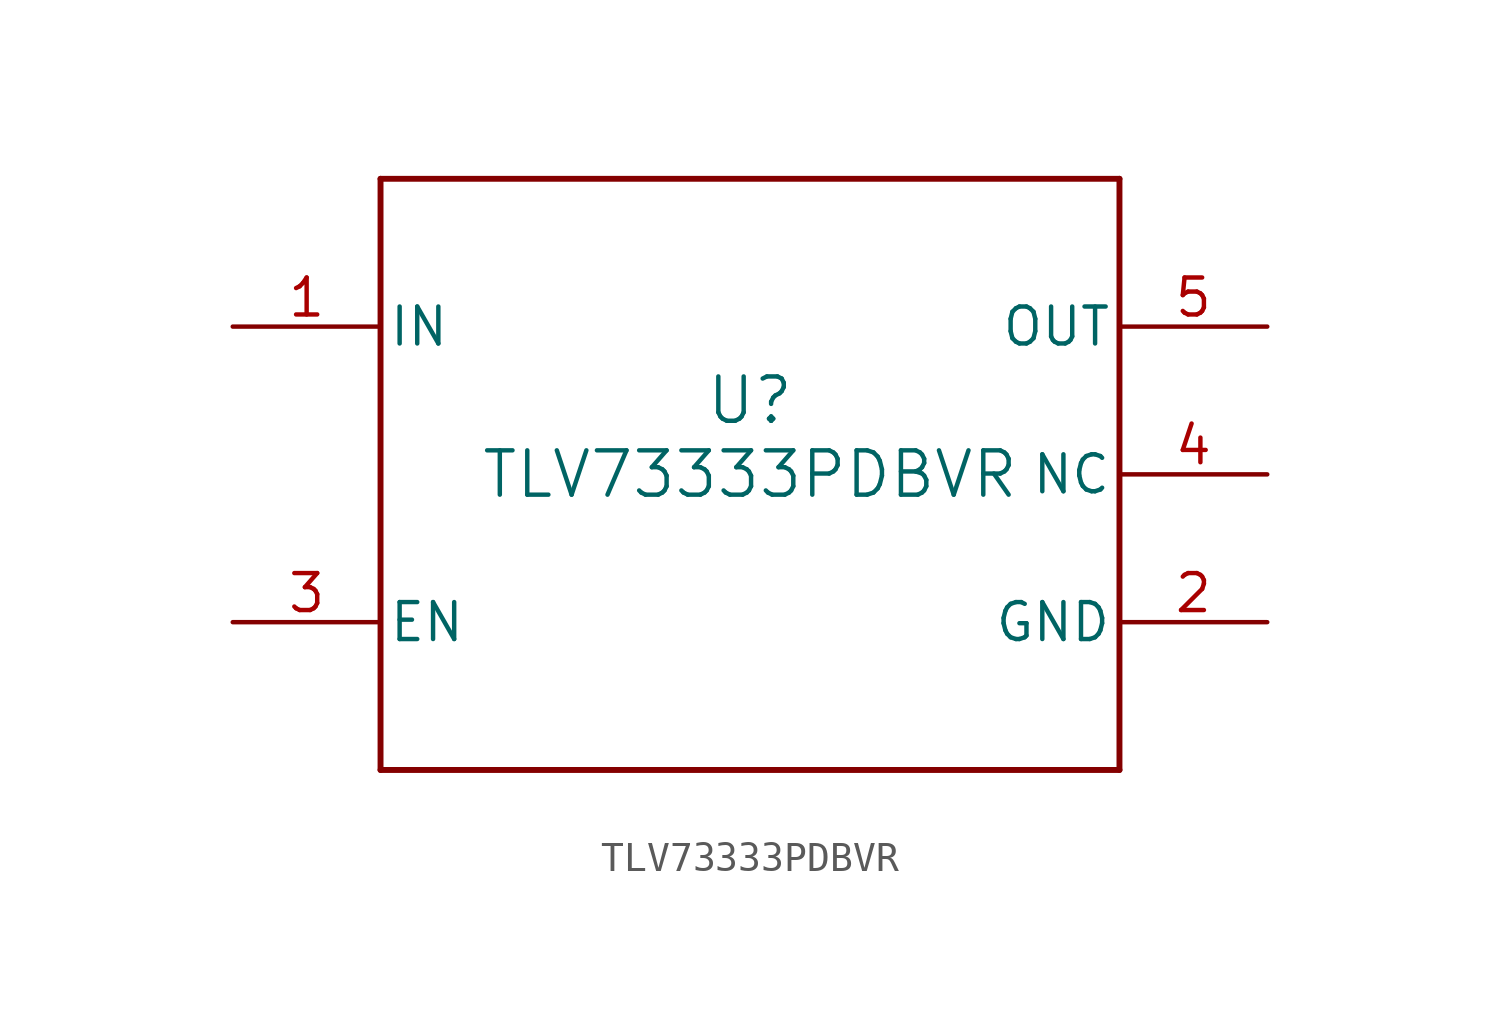
<source format=kicad_sym>
(kicad_symbol_lib
  (version 20211014)
  (generator kicad_symbol_editor)
  (symbol "TLV73333PDBVR"
    (pin_names
      (offset 0.254))
    (property "Reference" "U"
      (at 0 2.54 0)
      (effects (font (size 1.524 1.524))))
    (property "Value" "TLV73333PDBVR"
      (at 0 0 0)
      (effects (font (size 1.524 1.524))))
    (symbol "TLV73333PDBVR_0_1"
      (polyline (pts (xy -12.7 -10.16) (xy 12.7 -10.16)) (stroke (width .2032) (type default) (color 0 0 0 0)) (fill (type none)))
      (polyline (pts (xy 12.7 -10.16) (xy 12.7 10.16)) (stroke (width .2032) (type default) (color 0 0 0 0)) (fill (type none)))
      (polyline (pts (xy 12.7 10.16) (xy -12.7 10.16)) (stroke (width .2032) (type default) (color 0 0 0 0)) (fill (type none)))
      (polyline (pts (xy -12.7 10.16) (xy -12.7 -10.16)) (stroke (width .2032) (type default) (color 0 0 0 0)) (fill (type none)))
      (pin power_in line (at -17.78 5.08 0) (length 5.08) (name "IN" (effects (font (size 1.27 1.27)))) (number "1" (effects (font (size 1.27 1.27)))))
      (pin power_in line (at 17.78 -5.08 180) (length 5.08) (name "GND" (effects (font (size 1.27 1.27)))) (number "2" (effects (font (size 1.27 1.27)))))
      (pin input line (at -17.78 -5.08 0) (length 5.08) (name "EN" (effects (font (size 1.27 1.27)))) (number "3" (effects (font (size 1.27 1.27)))))
      (pin unspecified line (at 17.78 0 180) (length 5.08) (name "NC" (effects (font (size 1.27 1.27)))) (number "4" (effects (font (size 1.27 1.27)))))
      (pin power_in line (at 17.78 5.08 180) (length 5.08) (name "OUT" (effects (font (size 1.27 1.27)))) (number "5" (effects (font (size 1.27 1.27))))))))
</source>
